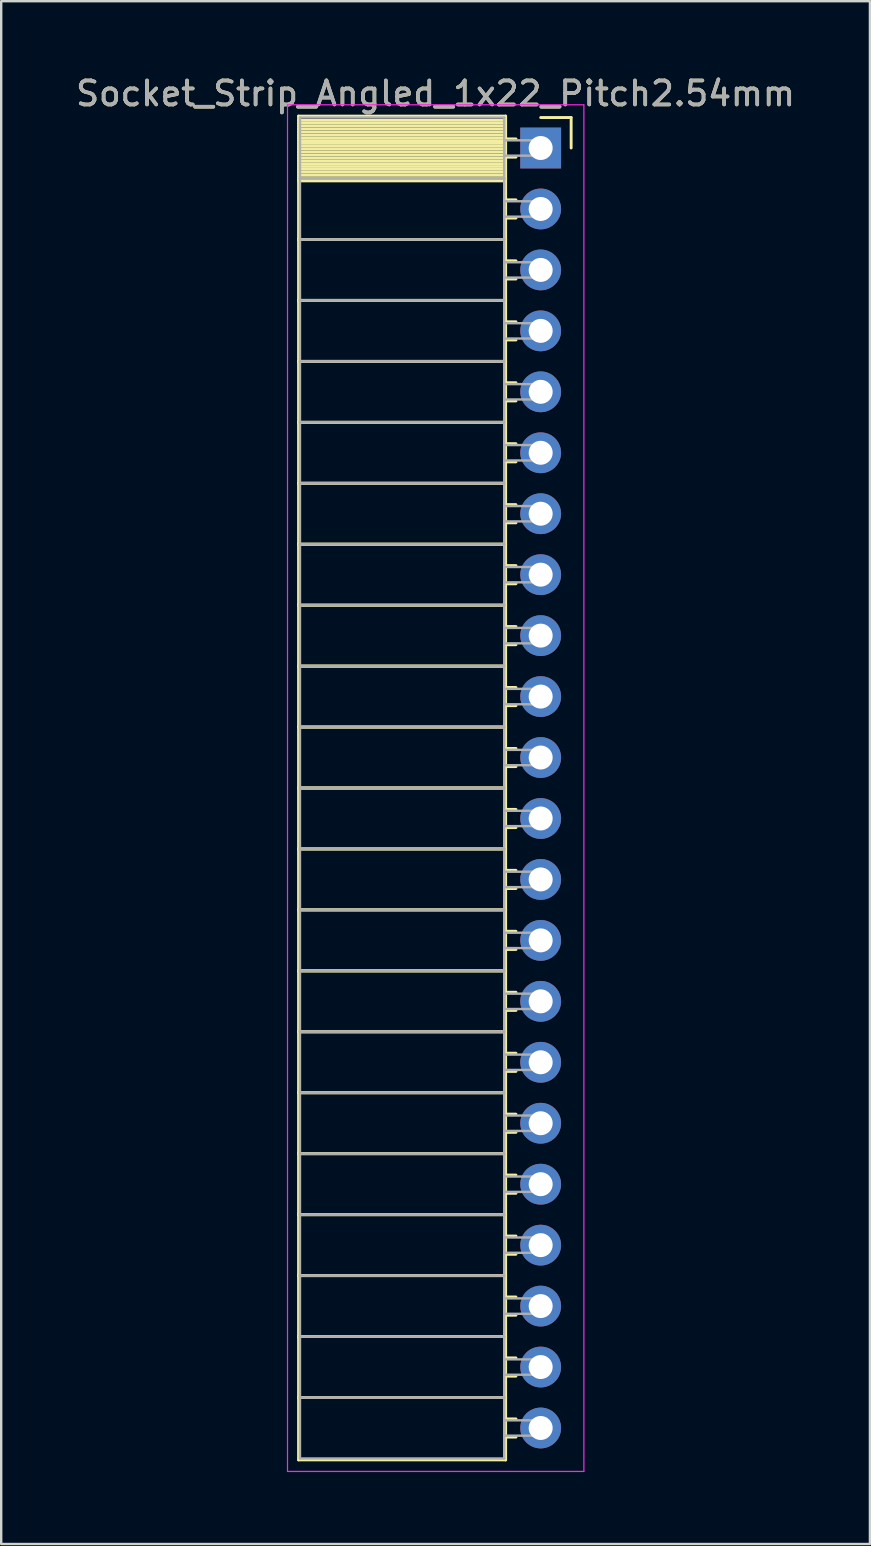
<source format=kicad_pcb>
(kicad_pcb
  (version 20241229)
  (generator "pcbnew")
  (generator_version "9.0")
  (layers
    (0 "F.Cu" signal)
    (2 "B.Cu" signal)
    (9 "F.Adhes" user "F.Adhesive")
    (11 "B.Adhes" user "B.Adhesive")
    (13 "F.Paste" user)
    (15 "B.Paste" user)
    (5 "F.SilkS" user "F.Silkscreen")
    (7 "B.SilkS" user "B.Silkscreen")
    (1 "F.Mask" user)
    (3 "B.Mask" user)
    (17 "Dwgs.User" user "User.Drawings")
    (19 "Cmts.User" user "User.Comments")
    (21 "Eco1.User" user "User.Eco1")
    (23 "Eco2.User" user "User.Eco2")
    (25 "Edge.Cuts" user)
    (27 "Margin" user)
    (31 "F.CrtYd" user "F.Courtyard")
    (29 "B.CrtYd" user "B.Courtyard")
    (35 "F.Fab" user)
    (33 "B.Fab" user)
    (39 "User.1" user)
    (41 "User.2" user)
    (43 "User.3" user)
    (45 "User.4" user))
  (footprint "Socket_Strip_Angled_1x22_Pitch2.54mm"
    (layer "F.Cu")
    (at 19.481 3.118)
    (property "Reference" "Socket_Strip_Angled_1x22_Pitch2.54mm" (at -4.38 -2.27 0) (layer "F.SilkS") (effects (font (size 1 1) (thickness 0.15))))
    (attr through_hole)
    (fp_line (start -10.09 -1.33) (end -1.46 -1.33) (stroke (width 0.12) (type solid)) (layer "F.SilkS"))
    (fp_line (start -10.09 1.27) (end -10.09 -1.33) (stroke (width 0.12) (type solid)) (layer "F.SilkS"))
    (fp_line (start -10.09 1.27) (end -1.46 1.27) (stroke (width 0.12) (type solid)) (layer "F.SilkS"))
    (fp_line (start -10.09 3.81) (end -10.09 1.27) (stroke (width 0.12) (type solid)) (layer "F.SilkS"))
    (fp_line (start -10.09 3.81) (end -1.46 3.81) (stroke (width 0.12) (type solid)) (layer "F.SilkS"))
    (fp_line (start -10.09 6.35) (end -10.09 3.81) (stroke (width 0.12) (type solid)) (layer "F.SilkS"))
    (fp_line (start -10.09 6.35) (end -1.46 6.35) (stroke (width 0.12) (type solid)) (layer "F.SilkS"))
    (fp_line (start -10.09 8.89) (end -10.09 6.35) (stroke (width 0.12) (type solid)) (layer "F.SilkS"))
    (fp_line (start -10.09 8.89) (end -1.46 8.89) (stroke (width 0.12) (type solid)) (layer "F.SilkS"))
    (fp_line (start -10.09 11.43) (end -10.09 8.89) (stroke (width 0.12) (type solid)) (layer "F.SilkS"))
    (fp_line (start -10.09 11.43) (end -1.46 11.43) (stroke (width 0.12) (type solid)) (layer "F.SilkS"))
    (fp_line (start -10.09 13.97) (end -10.09 11.43) (stroke (width 0.12) (type solid)) (layer "F.SilkS"))
    (fp_line (start -10.09 13.97) (end -1.46 13.97) (stroke (width 0.12) (type solid)) (layer "F.SilkS"))
    (fp_line (start -10.09 16.51) (end -10.09 13.97) (stroke (width 0.12) (type solid)) (layer "F.SilkS"))
    (fp_line (start -10.09 16.51) (end -1.46 16.51) (stroke (width 0.12) (type solid)) (layer "F.SilkS"))
    (fp_line (start -10.09 19.05) (end -10.09 16.51) (stroke (width 0.12) (type solid)) (layer "F.SilkS"))
    (fp_line (start -10.09 19.05) (end -1.46 19.05) (stroke (width 0.12) (type solid)) (layer "F.SilkS"))
    (fp_line (start -10.09 21.59) (end -10.09 19.05) (stroke (width 0.12) (type solid)) (layer "F.SilkS"))
    (fp_line (start -10.09 21.59) (end -1.46 21.59) (stroke (width 0.12) (type solid)) (layer "F.SilkS"))
    (fp_line (start -10.09 24.13) (end -10.09 21.59) (stroke (width 0.12) (type solid)) (layer "F.SilkS"))
    (fp_line (start -10.09 24.13) (end -1.46 24.13) (stroke (width 0.12) (type solid)) (layer "F.SilkS"))
    (fp_line (start -10.09 26.67) (end -10.09 24.13) (stroke (width 0.12) (type solid)) (layer "F.SilkS"))
    (fp_line (start -10.09 26.67) (end -1.46 26.67) (stroke (width 0.12) (type solid)) (layer "F.SilkS"))
    (fp_line (start -10.09 29.21) (end -10.09 26.67) (stroke (width 0.12) (type solid)) (layer "F.SilkS"))
    (fp_line (start -10.09 29.21) (end -1.46 29.21) (stroke (width 0.12) (type solid)) (layer "F.SilkS"))
    (fp_line (start -10.09 31.75) (end -10.09 29.21) (stroke (width 0.12) (type solid)) (layer "F.SilkS"))
    (fp_line (start -10.09 31.75) (end -1.46 31.75) (stroke (width 0.12) (type solid)) (layer "F.SilkS"))
    (fp_line (start -10.09 34.29) (end -10.09 31.75) (stroke (width 0.12) (type solid)) (layer "F.SilkS"))
    (fp_line (start -10.09 34.29) (end -1.46 34.29) (stroke (width 0.12) (type solid)) (layer "F.SilkS"))
    (fp_line (start -10.09 36.83) (end -10.09 34.29) (stroke (width 0.12) (type solid)) (layer "F.SilkS"))
    (fp_line (start -10.09 36.83) (end -1.46 36.83) (stroke (width 0.12) (type solid)) (layer "F.SilkS"))
    (fp_line (start -10.09 39.37) (end -10.09 36.83) (stroke (width 0.12) (type solid)) (layer "F.SilkS"))
    (fp_line (start -10.09 39.37) (end -1.46 39.37) (stroke (width 0.12) (type solid)) (layer "F.SilkS"))
    (fp_line (start -10.09 41.91) (end -10.09 39.37) (stroke (width 0.12) (type solid)) (layer "F.SilkS"))
    (fp_line (start -10.09 41.91) (end -1.46 41.91) (stroke (width 0.12) (type solid)) (layer "F.SilkS"))
    (fp_line (start -10.09 44.45) (end -10.09 41.91) (stroke (width 0.12) (type solid)) (layer "F.SilkS"))
    (fp_line (start -10.09 44.45) (end -1.46 44.45) (stroke (width 0.12) (type solid)) (layer "F.SilkS"))
    (fp_line (start -10.09 46.99) (end -10.09 44.45) (stroke (width 0.12) (type solid)) (layer "F.SilkS"))
    (fp_line (start -10.09 46.99) (end -1.46 46.99) (stroke (width 0.12) (type solid)) (layer "F.SilkS"))
    (fp_line (start -10.09 49.53) (end -10.09 46.99) (stroke (width 0.12) (type solid)) (layer "F.SilkS"))
    (fp_line (start -10.09 49.53) (end -1.46 49.53) (stroke (width 0.12) (type solid)) (layer "F.SilkS"))
    (fp_line (start -10.09 52.07) (end -10.09 49.53) (stroke (width 0.12) (type solid)) (layer "F.SilkS"))
    (fp_line (start -10.09 52.07) (end -1.46 52.07) (stroke (width 0.12) (type solid)) (layer "F.SilkS"))
    (fp_line (start -10.09 54.67) (end -10.09 52.07) (stroke (width 0.12) (type solid)) (layer "F.SilkS"))
    (fp_line (start -1.46 -1.33) (end -1.46 1.27) (stroke (width 0.12) (type solid)) (layer "F.SilkS"))
    (fp_line (start -1.46 -1.15) (end -10.09 -1.15) (stroke (width 0.12) (type solid)) (layer "F.SilkS"))
    (fp_line (start -1.46 -1.03) (end -10.09 -1.03) (stroke (width 0.12) (type solid)) (layer "F.SilkS"))
    (fp_line (start -1.46 -0.91) (end -10.09 -0.91) (stroke (width 0.12) (type solid)) (layer "F.SilkS"))
    (fp_line (start -1.46 -0.79) (end -10.09 -0.79) (stroke (width 0.12) (type solid)) (layer "F.SilkS"))
    (fp_line (start -1.46 -0.67) (end -10.09 -0.67) (stroke (width 0.12) (type solid)) (layer "F.SilkS"))
    (fp_line (start -1.46 -0.55) (end -10.09 -0.55) (stroke (width 0.12) (type solid)) (layer "F.SilkS"))
    (fp_line (start -1.46 -0.43) (end -10.09 -0.43) (stroke (width 0.12) (type solid)) (layer "F.SilkS"))
    (fp_line (start -1.46 -0.31) (end -10.09 -0.31) (stroke (width 0.12) (type solid)) (layer "F.SilkS"))
    (fp_line (start -1.46 -0.19) (end -10.09 -0.19) (stroke (width 0.12) (type solid)) (layer "F.SilkS"))
    (fp_line (start -1.46 -0.07) (end -10.09 -0.07) (stroke (width 0.12) (type solid)) (layer "F.SilkS"))
    (fp_line (start -1.46 0.05) (end -10.09 0.05) (stroke (width 0.12) (type solid)) (layer "F.SilkS"))
    (fp_line (start -1.46 0.17) (end -10.09 0.17) (stroke (width 0.12) (type solid)) (layer "F.SilkS"))
    (fp_line (start -1.46 0.29) (end -10.09 0.29) (stroke (width 0.12) (type solid)) (layer "F.SilkS"))
    (fp_line (start -1.46 0.41) (end -10.09 0.41) (stroke (width 0.12) (type solid)) (layer "F.SilkS"))
    (fp_line (start -1.46 0.53) (end -10.09 0.53) (stroke (width 0.12) (type solid)) (layer "F.SilkS"))
    (fp_line (start -1.46 0.65) (end -10.09 0.65) (stroke (width 0.12) (type solid)) (layer "F.SilkS"))
    (fp_line (start -1.46 0.77) (end -10.09 0.77) (stroke (width 0.12) (type solid)) (layer "F.SilkS"))
    (fp_line (start -1.46 0.89) (end -10.09 0.89) (stroke (width 0.12) (type solid)) (layer "F.SilkS"))
    (fp_line (start -1.46 1.01) (end -10.09 1.01) (stroke (width 0.12) (type solid)) (layer "F.SilkS"))
    (fp_line (start -1.46 1.13) (end -10.09 1.13) (stroke (width 0.12) (type solid)) (layer "F.SilkS"))
    (fp_line (start -1.46 1.25) (end -10.09 1.25) (stroke (width 0.12) (type solid)) (layer "F.SilkS"))
    (fp_line (start -1.46 1.27) (end -10.09 1.27) (stroke (width 0.12) (type solid)) (layer "F.SilkS"))
    (fp_line (start -1.46 1.27) (end -1.46 3.81) (stroke (width 0.12) (type solid)) (layer "F.SilkS"))
    (fp_line (start -1.46 1.37) (end -10.09 1.37) (stroke (width 0.12) (type solid)) (layer "F.SilkS"))
    (fp_line (start -1.46 3.81) (end -10.09 3.81) (stroke (width 0.12) (type solid)) (layer "F.SilkS"))
    (fp_line (start -1.46 3.81) (end -1.46 6.35) (stroke (width 0.12) (type solid)) (layer "F.SilkS"))
    (fp_line (start -1.46 6.35) (end -10.09 6.35) (stroke (width 0.12) (type solid)) (layer "F.SilkS"))
    (fp_line (start -1.46 6.35) (end -1.46 8.89) (stroke (width 0.12) (type solid)) (layer "F.SilkS"))
    (fp_line (start -1.46 8.89) (end -10.09 8.89) (stroke (width 0.12) (type solid)) (layer "F.SilkS"))
    (fp_line (start -1.46 8.89) (end -1.46 11.43) (stroke (width 0.12) (type solid)) (layer "F.SilkS"))
    (fp_line (start -1.46 11.43) (end -10.09 11.43) (stroke (width 0.12) (type solid)) (layer "F.SilkS"))
    (fp_line (start -1.46 11.43) (end -1.46 13.97) (stroke (width 0.12) (type solid)) (layer "F.SilkS"))
    (fp_line (start -1.46 13.97) (end -10.09 13.97) (stroke (width 0.12) (type solid)) (layer "F.SilkS"))
    (fp_line (start -1.46 13.97) (end -1.46 16.51) (stroke (width 0.12) (type solid)) (layer "F.SilkS"))
    (fp_line (start -1.46 16.51) (end -10.09 16.51) (stroke (width 0.12) (type solid)) (layer "F.SilkS"))
    (fp_line (start -1.46 16.51) (end -1.46 19.05) (stroke (width 0.12) (type solid)) (layer "F.SilkS"))
    (fp_line (start -1.46 19.05) (end -10.09 19.05) (stroke (width 0.12) (type solid)) (layer "F.SilkS"))
    (fp_line (start -1.46 19.05) (end -1.46 21.59) (stroke (width 0.12) (type solid)) (layer "F.SilkS"))
    (fp_line (start -1.46 21.59) (end -10.09 21.59) (stroke (width 0.12) (type solid)) (layer "F.SilkS"))
    (fp_line (start -1.46 21.59) (end -1.46 24.13) (stroke (width 0.12) (type solid)) (layer "F.SilkS"))
    (fp_line (start -1.46 24.13) (end -10.09 24.13) (stroke (width 0.12) (type solid)) (layer "F.SilkS"))
    (fp_line (start -1.46 24.13) (end -1.46 26.67) (stroke (width 0.12) (type solid)) (layer "F.SilkS"))
    (fp_line (start -1.46 26.67) (end -10.09 26.67) (stroke (width 0.12) (type solid)) (layer "F.SilkS"))
    (fp_line (start -1.46 26.67) (end -1.46 29.21) (stroke (width 0.12) (type solid)) (layer "F.SilkS"))
    (fp_line (start -1.46 29.21) (end -10.09 29.21) (stroke (width 0.12) (type solid)) (layer "F.SilkS"))
    (fp_line (start -1.46 29.21) (end -1.46 31.75) (stroke (width 0.12) (type solid)) (layer "F.SilkS"))
    (fp_line (start -1.46 31.75) (end -10.09 31.75) (stroke (width 0.12) (type solid)) (layer "F.SilkS"))
    (fp_line (start -1.46 31.75) (end -1.46 34.29) (stroke (width 0.12) (type solid)) (layer "F.SilkS"))
    (fp_line (start -1.46 34.29) (end -10.09 34.29) (stroke (width 0.12) (type solid)) (layer "F.SilkS"))
    (fp_line (start -1.46 34.29) (end -1.46 36.83) (stroke (width 0.12) (type solid)) (layer "F.SilkS"))
    (fp_line (start -1.46 36.83) (end -10.09 36.83) (stroke (width 0.12) (type solid)) (layer "F.SilkS"))
    (fp_line (start -1.46 36.83) (end -1.46 39.37) (stroke (width 0.12) (type solid)) (layer "F.SilkS"))
    (fp_line (start -1.46 39.37) (end -10.09 39.37) (stroke (width 0.12) (type solid)) (layer "F.SilkS"))
    (fp_line (start -1.46 39.37) (end -1.46 41.91) (stroke (width 0.12) (type solid)) (layer "F.SilkS"))
    (fp_line (start -1.46 41.91) (end -10.09 41.91) (stroke (width 0.12) (type solid)) (layer "F.SilkS"))
    (fp_line (start -1.46 41.91) (end -1.46 44.45) (stroke (width 0.12) (type solid)) (layer "F.SilkS"))
    (fp_line (start -1.46 44.45) (end -10.09 44.45) (stroke (width 0.12) (type solid)) (layer "F.SilkS"))
    (fp_line (start -1.46 44.45) (end -1.46 46.99) (stroke (width 0.12) (type solid)) (layer "F.SilkS"))
    (fp_line (start -1.46 46.99) (end -10.09 46.99) (stroke (width 0.12) (type solid)) (layer "F.SilkS"))
    (fp_line (start -1.46 46.99) (end -1.46 49.53) (stroke (width 0.12) (type solid)) (layer "F.SilkS"))
    (fp_line (start -1.46 49.53) (end -10.09 49.53) (stroke (width 0.12) (type solid)) (layer "F.SilkS"))
    (fp_line (start -1.46 49.53) (end -1.46 52.07) (stroke (width 0.12) (type solid)) (layer "F.SilkS"))
    (fp_line (start -1.46 52.07) (end -10.09 52.07) (stroke (width 0.12) (type solid)) (layer "F.SilkS"))
    (fp_line (start -1.46 52.07) (end -1.46 54.67) (stroke (width 0.12) (type solid)) (layer "F.SilkS"))
    (fp_line (start -1.46 54.67) (end -10.09 54.67) (stroke (width 0.12) (type solid)) (layer "F.SilkS"))
    (fp_line (start -1.03 -0.38) (end -1.46 -0.38) (stroke (width 0.12) (type solid)) (layer "F.SilkS"))
    (fp_line (start -1.03 0.38) (end -1.46 0.38) (stroke (width 0.12) (type solid)) (layer "F.SilkS"))
    (fp_line (start -1.03 2.16) (end -1.46 2.16) (stroke (width 0.12) (type solid)) (layer "F.SilkS"))
    (fp_line (start -1.03 2.92) (end -1.46 2.92) (stroke (width 0.12) (type solid)) (layer "F.SilkS"))
    (fp_line (start -1.03 4.7) (end -1.46 4.7) (stroke (width 0.12) (type solid)) (layer "F.SilkS"))
    (fp_line (start -1.03 5.46) (end -1.46 5.46) (stroke (width 0.12) (type solid)) (layer "F.SilkS"))
    (fp_line (start -1.03 7.24) (end -1.46 7.24) (stroke (width 0.12) (type solid)) (layer "F.SilkS"))
    (fp_line (start -1.03 8) (end -1.46 8) (stroke (width 0.12) (type solid)) (layer "F.SilkS"))
    (fp_line (start -1.03 9.78) (end -1.46 9.78) (stroke (width 0.12) (type solid)) (layer "F.SilkS"))
    (fp_line (start -1.03 10.54) (end -1.46 10.54) (stroke (width 0.12) (type solid)) (layer "F.SilkS"))
    (fp_line (start -1.03 12.32) (end -1.46 12.32) (stroke (width 0.12) (type solid)) (layer "F.SilkS"))
    (fp_line (start -1.03 13.08) (end -1.46 13.08) (stroke (width 0.12) (type solid)) (layer "F.SilkS"))
    (fp_line (start -1.03 14.86) (end -1.46 14.86) (stroke (width 0.12) (type solid)) (layer "F.SilkS"))
    (fp_line (start -1.03 15.62) (end -1.46 15.62) (stroke (width 0.12) (type solid)) (layer "F.SilkS"))
    (fp_line (start -1.03 17.4) (end -1.46 17.4) (stroke (width 0.12) (type solid)) (layer "F.SilkS"))
    (fp_line (start -1.03 18.16) (end -1.46 18.16) (stroke (width 0.12) (type solid)) (layer "F.SilkS"))
    (fp_line (start -1.03 19.94) (end -1.46 19.94) (stroke (width 0.12) (type solid)) (layer "F.SilkS"))
    (fp_line (start -1.03 20.7) (end -1.46 20.7) (stroke (width 0.12) (type solid)) (layer "F.SilkS"))
    (fp_line (start -1.03 22.48) (end -1.46 22.48) (stroke (width 0.12) (type solid)) (layer "F.SilkS"))
    (fp_line (start -1.03 23.24) (end -1.46 23.24) (stroke (width 0.12) (type solid)) (layer "F.SilkS"))
    (fp_line (start -1.03 25.02) (end -1.46 25.02) (stroke (width 0.12) (type solid)) (layer "F.SilkS"))
    (fp_line (start -1.03 25.78) (end -1.46 25.78) (stroke (width 0.12) (type solid)) (layer "F.SilkS"))
    (fp_line (start -1.03 27.56) (end -1.46 27.56) (stroke (width 0.12) (type solid)) (layer "F.SilkS"))
    (fp_line (start -1.03 28.32) (end -1.46 28.32) (stroke (width 0.12) (type solid)) (layer "F.SilkS"))
    (fp_line (start -1.03 30.1) (end -1.46 30.1) (stroke (width 0.12) (type solid)) (layer "F.SilkS"))
    (fp_line (start -1.03 30.86) (end -1.46 30.86) (stroke (width 0.12) (type solid)) (layer "F.SilkS"))
    (fp_line (start -1.03 32.64) (end -1.46 32.64) (stroke (width 0.12) (type solid)) (layer "F.SilkS"))
    (fp_line (start -1.03 33.4) (end -1.46 33.4) (stroke (width 0.12) (type solid)) (layer "F.SilkS"))
    (fp_line (start -1.03 35.18) (end -1.46 35.18) (stroke (width 0.12) (type solid)) (layer "F.SilkS"))
    (fp_line (start -1.03 35.94) (end -1.46 35.94) (stroke (width 0.12) (type solid)) (layer "F.SilkS"))
    (fp_line (start -1.03 37.72) (end -1.46 37.72) (stroke (width 0.12) (type solid)) (layer "F.SilkS"))
    (fp_line (start -1.03 38.48) (end -1.46 38.48) (stroke (width 0.12) (type solid)) (layer "F.SilkS"))
    (fp_line (start -1.03 40.26) (end -1.46 40.26) (stroke (width 0.12) (type solid)) (layer "F.SilkS"))
    (fp_line (start -1.03 41.02) (end -1.46 41.02) (stroke (width 0.12) (type solid)) (layer "F.SilkS"))
    (fp_line (start -1.03 42.8) (end -1.46 42.8) (stroke (width 0.12) (type solid)) (layer "F.SilkS"))
    (fp_line (start -1.03 43.56) (end -1.46 43.56) (stroke (width 0.12) (type solid)) (layer "F.SilkS"))
    (fp_line (start -1.03 45.34) (end -1.46 45.34) (stroke (width 0.12) (type solid)) (layer "F.SilkS"))
    (fp_line (start -1.03 46.1) (end -1.46 46.1) (stroke (width 0.12) (type solid)) (layer "F.SilkS"))
    (fp_line (start -1.03 47.88) (end -1.46 47.88) (stroke (width 0.12) (type solid)) (layer "F.SilkS"))
    (fp_line (start -1.03 48.64) (end -1.46 48.64) (stroke (width 0.12) (type solid)) (layer "F.SilkS"))
    (fp_line (start -1.03 50.42) (end -1.46 50.42) (stroke (width 0.12) (type solid)) (layer "F.SilkS"))
    (fp_line (start -1.03 51.18) (end -1.46 51.18) (stroke (width 0.12) (type solid)) (layer "F.SilkS"))
    (fp_line (start -1.03 52.96) (end -1.46 52.96) (stroke (width 0.12) (type solid)) (layer "F.SilkS"))
    (fp_line (start -1.03 53.72) (end -1.46 53.72) (stroke (width 0.12) (type solid)) (layer "F.SilkS"))
    (fp_line (start 0 -1.27) (end 1.27 -1.27) (stroke (width 0.12) (type solid)) (layer "F.SilkS"))
    (fp_line (start 1.27 -1.27) (end 1.27 0) (stroke (width 0.12) (type solid)) (layer "F.SilkS"))
    (fp_line (start -10.55 -1.8) (end 1.8 -1.8) (stroke (width 0.05) (type solid)) (layer "F.CrtYd"))
    (fp_line (start -10.55 55.15) (end -10.55 -1.8) (stroke (width 0.05) (type solid)) (layer "F.CrtYd"))
    (fp_line (start 1.8 -1.8) (end 1.8 55.15) (stroke (width 0.05) (type solid)) (layer "F.CrtYd"))
    (fp_line (start 1.8 55.15) (end -10.55 55.15) (stroke (width 0.05) (type solid)) (layer "F.CrtYd"))
    (fp_line (start -10.03 -1.27) (end -1.52 -1.27) (stroke (width 0.1) (type solid)) (layer "F.Fab"))
    (fp_line (start -10.03 1.27) (end -10.03 -1.27) (stroke (width 0.1) (type solid)) (layer "F.Fab"))
    (fp_line (start -10.03 1.27) (end -1.52 1.27) (stroke (width 0.1) (type solid)) (layer "F.Fab"))
    (fp_line (start -10.03 3.81) (end -10.03 1.27) (stroke (width 0.1) (type solid)) (layer "F.Fab"))
    (fp_line (start -10.03 3.81) (end -1.52 3.81) (stroke (width 0.1) (type solid)) (layer "F.Fab"))
    (fp_line (start -10.03 6.35) (end -10.03 3.81) (stroke (width 0.1) (type solid)) (layer "F.Fab"))
    (fp_line (start -10.03 6.35) (end -1.52 6.35) (stroke (width 0.1) (type solid)) (layer "F.Fab"))
    (fp_line (start -10.03 8.89) (end -10.03 6.35) (stroke (width 0.1) (type solid)) (layer "F.Fab"))
    (fp_line (start -10.03 8.89) (end -1.52 8.89) (stroke (width 0.1) (type solid)) (layer "F.Fab"))
    (fp_line (start -10.03 11.43) (end -10.03 8.89) (stroke (width 0.1) (type solid)) (layer "F.Fab"))
    (fp_line (start -10.03 11.43) (end -1.52 11.43) (stroke (width 0.1) (type solid)) (layer "F.Fab"))
    (fp_line (start -10.03 13.97) (end -10.03 11.43) (stroke (width 0.1) (type solid)) (layer "F.Fab"))
    (fp_line (start -10.03 13.97) (end -1.52 13.97) (stroke (width 0.1) (type solid)) (layer "F.Fab"))
    (fp_line (start -10.03 16.51) (end -10.03 13.97) (stroke (width 0.1) (type solid)) (layer "F.Fab"))
    (fp_line (start -10.03 16.51) (end -1.52 16.51) (stroke (width 0.1) (type solid)) (layer "F.Fab"))
    (fp_line (start -10.03 19.05) (end -10.03 16.51) (stroke (width 0.1) (type solid)) (layer "F.Fab"))
    (fp_line (start -10.03 19.05) (end -1.52 19.05) (stroke (width 0.1) (type solid)) (layer "F.Fab"))
    (fp_line (start -10.03 21.59) (end -10.03 19.05) (stroke (width 0.1) (type solid)) (layer "F.Fab"))
    (fp_line (start -10.03 21.59) (end -1.52 21.59) (stroke (width 0.1) (type solid)) (layer "F.Fab"))
    (fp_line (start -10.03 24.13) (end -10.03 21.59) (stroke (width 0.1) (type solid)) (layer "F.Fab"))
    (fp_line (start -10.03 24.13) (end -1.52 24.13) (stroke (width 0.1) (type solid)) (layer "F.Fab"))
    (fp_line (start -10.03 26.67) (end -10.03 24.13) (stroke (width 0.1) (type solid)) (layer "F.Fab"))
    (fp_line (start -10.03 26.67) (end -1.52 26.67) (stroke (width 0.1) (type solid)) (layer "F.Fab"))
    (fp_line (start -10.03 29.21) (end -10.03 26.67) (stroke (width 0.1) (type solid)) (layer "F.Fab"))
    (fp_line (start -10.03 29.21) (end -1.52 29.21) (stroke (width 0.1) (type solid)) (layer "F.Fab"))
    (fp_line (start -10.03 31.75) (end -10.03 29.21) (stroke (width 0.1) (type solid)) (layer "F.Fab"))
    (fp_line (start -10.03 31.75) (end -1.52 31.75) (stroke (width 0.1) (type solid)) (layer "F.Fab"))
    (fp_line (start -10.03 34.29) (end -10.03 31.75) (stroke (width 0.1) (type solid)) (layer "F.Fab"))
    (fp_line (start -10.03 34.29) (end -1.52 34.29) (stroke (width 0.1) (type solid)) (layer "F.Fab"))
    (fp_line (start -10.03 36.83) (end -10.03 34.29) (stroke (width 0.1) (type solid)) (layer "F.Fab"))
    (fp_line (start -10.03 36.83) (end -1.52 36.83) (stroke (width 0.1) (type solid)) (layer "F.Fab"))
    (fp_line (start -10.03 39.37) (end -10.03 36.83) (stroke (width 0.1) (type solid)) (layer "F.Fab"))
    (fp_line (start -10.03 39.37) (end -1.52 39.37) (stroke (width 0.1) (type solid)) (layer "F.Fab"))
    (fp_line (start -10.03 41.91) (end -10.03 39.37) (stroke (width 0.1) (type solid)) (layer "F.Fab"))
    (fp_line (start -10.03 41.91) (end -1.52 41.91) (stroke (width 0.1) (type solid)) (layer "F.Fab"))
    (fp_line (start -10.03 44.45) (end -10.03 41.91) (stroke (width 0.1) (type solid)) (layer "F.Fab"))
    (fp_line (start -10.03 44.45) (end -1.52 44.45) (stroke (width 0.1) (type solid)) (layer "F.Fab"))
    (fp_line (start -10.03 46.99) (end -10.03 44.45) (stroke (width 0.1) (type solid)) (layer "F.Fab"))
    (fp_line (start -10.03 46.99) (end -1.52 46.99) (stroke (width 0.1) (type solid)) (layer "F.Fab"))
    (fp_line (start -10.03 49.53) (end -10.03 46.99) (stroke (width 0.1) (type solid)) (layer "F.Fab"))
    (fp_line (start -10.03 49.53) (end -1.52 49.53) (stroke (width 0.1) (type solid)) (layer "F.Fab"))
    (fp_line (start -10.03 52.07) (end -10.03 49.53) (stroke (width 0.1) (type solid)) (layer "F.Fab"))
    (fp_line (start -10.03 52.07) (end -1.52 52.07) (stroke (width 0.1) (type solid)) (layer "F.Fab"))
    (fp_line (start -10.03 54.61) (end -10.03 52.07) (stroke (width 0.1) (type solid)) (layer "F.Fab"))
    (fp_line (start -1.52 -1.27) (end -1.52 1.27) (stroke (width 0.1) (type solid)) (layer "F.Fab"))
    (fp_line (start -1.52 -0.32) (end 0 -0.32) (stroke (width 0.1) (type solid)) (layer "F.Fab"))
    (fp_line (start -1.52 0.32) (end -1.52 -0.32) (stroke (width 0.1) (type solid)) (layer "F.Fab"))
    (fp_line (start -1.52 1.27) (end -10.03 1.27) (stroke (width 0.1) (type solid)) (layer "F.Fab"))
    (fp_line (start -1.52 1.27) (end -1.52 3.81) (stroke (width 0.1) (type solid)) (layer "F.Fab"))
    (fp_line (start -1.52 2.22) (end 0 2.22) (stroke (width 0.1) (type solid)) (layer "F.Fab"))
    (fp_line (start -1.52 2.86) (end -1.52 2.22) (stroke (width 0.1) (type solid)) (layer "F.Fab"))
    (fp_line (start -1.52 3.81) (end -10.03 3.81) (stroke (width 0.1) (type solid)) (layer "F.Fab"))
    (fp_line (start -1.52 3.81) (end -1.52 6.35) (stroke (width 0.1) (type solid)) (layer "F.Fab"))
    (fp_line (start -1.52 4.76) (end 0 4.76) (stroke (width 0.1) (type solid)) (layer "F.Fab"))
    (fp_line (start -1.52 5.4) (end -1.52 4.76) (stroke (width 0.1) (type solid)) (layer "F.Fab"))
    (fp_line (start -1.52 6.35) (end -10.03 6.35) (stroke (width 0.1) (type solid)) (layer "F.Fab"))
    (fp_line (start -1.52 6.35) (end -1.52 8.89) (stroke (width 0.1) (type solid)) (layer "F.Fab"))
    (fp_line (start -1.52 7.3) (end 0 7.3) (stroke (width 0.1) (type solid)) (layer "F.Fab"))
    (fp_line (start -1.52 7.94) (end -1.52 7.3) (stroke (width 0.1) (type solid)) (layer "F.Fab"))
    (fp_line (start -1.52 8.89) (end -10.03 8.89) (stroke (width 0.1) (type solid)) (layer "F.Fab"))
    (fp_line (start -1.52 8.89) (end -1.52 11.43) (stroke (width 0.1) (type solid)) (layer "F.Fab"))
    (fp_line (start -1.52 9.84) (end 0 9.84) (stroke (width 0.1) (type solid)) (layer "F.Fab"))
    (fp_line (start -1.52 10.48) (end -1.52 9.84) (stroke (width 0.1) (type solid)) (layer "F.Fab"))
    (fp_line (start -1.52 11.43) (end -10.03 11.43) (stroke (width 0.1) (type solid)) (layer "F.Fab"))
    (fp_line (start -1.52 11.43) (end -1.52 13.97) (stroke (width 0.1) (type solid)) (layer "F.Fab"))
    (fp_line (start -1.52 12.38) (end 0 12.38) (stroke (width 0.1) (type solid)) (layer "F.Fab"))
    (fp_line (start -1.52 13.02) (end -1.52 12.38) (stroke (width 0.1) (type solid)) (layer "F.Fab"))
    (fp_line (start -1.52 13.97) (end -10.03 13.97) (stroke (width 0.1) (type solid)) (layer "F.Fab"))
    (fp_line (start -1.52 13.97) (end -1.52 16.51) (stroke (width 0.1) (type solid)) (layer "F.Fab"))
    (fp_line (start -1.52 14.92) (end 0 14.92) (stroke (width 0.1) (type solid)) (layer "F.Fab"))
    (fp_line (start -1.52 15.56) (end -1.52 14.92) (stroke (width 0.1) (type solid)) (layer "F.Fab"))
    (fp_line (start -1.52 16.51) (end -10.03 16.51) (stroke (width 0.1) (type solid)) (layer "F.Fab"))
    (fp_line (start -1.52 16.51) (end -1.52 19.05) (stroke (width 0.1) (type solid)) (layer "F.Fab"))
    (fp_line (start -1.52 17.46) (end 0 17.46) (stroke (width 0.1) (type solid)) (layer "F.Fab"))
    (fp_line (start -1.52 18.1) (end -1.52 17.46) (stroke (width 0.1) (type solid)) (layer "F.Fab"))
    (fp_line (start -1.52 19.05) (end -10.03 19.05) (stroke (width 0.1) (type solid)) (layer "F.Fab"))
    (fp_line (start -1.52 19.05) (end -1.52 21.59) (stroke (width 0.1) (type solid)) (layer "F.Fab"))
    (fp_line (start -1.52 20) (end 0 20) (stroke (width 0.1) (type solid)) (layer "F.Fab"))
    (fp_line (start -1.52 20.64) (end -1.52 20) (stroke (width 0.1) (type solid)) (layer "F.Fab"))
    (fp_line (start -1.52 21.59) (end -10.03 21.59) (stroke (width 0.1) (type solid)) (layer "F.Fab"))
    (fp_line (start -1.52 21.59) (end -1.52 24.13) (stroke (width 0.1) (type solid)) (layer "F.Fab"))
    (fp_line (start -1.52 22.54) (end 0 22.54) (stroke (width 0.1) (type solid)) (layer "F.Fab"))
    (fp_line (start -1.52 23.18) (end -1.52 22.54) (stroke (width 0.1) (type solid)) (layer "F.Fab"))
    (fp_line (start -1.52 24.13) (end -10.03 24.13) (stroke (width 0.1) (type solid)) (layer "F.Fab"))
    (fp_line (start -1.52 24.13) (end -1.52 26.67) (stroke (width 0.1) (type solid)) (layer "F.Fab"))
    (fp_line (start -1.52 25.08) (end 0 25.08) (stroke (width 0.1) (type solid)) (layer "F.Fab"))
    (fp_line (start -1.52 25.72) (end -1.52 25.08) (stroke (width 0.1) (type solid)) (layer "F.Fab"))
    (fp_line (start -1.52 26.67) (end -10.03 26.67) (stroke (width 0.1) (type solid)) (layer "F.Fab"))
    (fp_line (start -1.52 26.67) (end -1.52 29.21) (stroke (width 0.1) (type solid)) (layer "F.Fab"))
    (fp_line (start -1.52 27.62) (end 0 27.62) (stroke (width 0.1) (type solid)) (layer "F.Fab"))
    (fp_line (start -1.52 28.26) (end -1.52 27.62) (stroke (width 0.1) (type solid)) (layer "F.Fab"))
    (fp_line (start -1.52 29.21) (end -10.03 29.21) (stroke (width 0.1) (type solid)) (layer "F.Fab"))
    (fp_line (start -1.52 29.21) (end -1.52 31.75) (stroke (width 0.1) (type solid)) (layer "F.Fab"))
    (fp_line (start -1.52 30.16) (end 0 30.16) (stroke (width 0.1) (type solid)) (layer "F.Fab"))
    (fp_line (start -1.52 30.8) (end -1.52 30.16) (stroke (width 0.1) (type solid)) (layer "F.Fab"))
    (fp_line (start -1.52 31.75) (end -10.03 31.75) (stroke (width 0.1) (type solid)) (layer "F.Fab"))
    (fp_line (start -1.52 31.75) (end -1.52 34.29) (stroke (width 0.1) (type solid)) (layer "F.Fab"))
    (fp_line (start -1.52 32.7) (end 0 32.7) (stroke (width 0.1) (type solid)) (layer "F.Fab"))
    (fp_line (start -1.52 33.34) (end -1.52 32.7) (stroke (width 0.1) (type solid)) (layer "F.Fab"))
    (fp_line (start -1.52 34.29) (end -10.03 34.29) (stroke (width 0.1) (type solid)) (layer "F.Fab"))
    (fp_line (start -1.52 34.29) (end -1.52 36.83) (stroke (width 0.1) (type solid)) (layer "F.Fab"))
    (fp_line (start -1.52 35.24) (end 0 35.24) (stroke (width 0.1) (type solid)) (layer "F.Fab"))
    (fp_line (start -1.52 35.88) (end -1.52 35.24) (stroke (width 0.1) (type solid)) (layer "F.Fab"))
    (fp_line (start -1.52 36.83) (end -10.03 36.83) (stroke (width 0.1) (type solid)) (layer "F.Fab"))
    (fp_line (start -1.52 36.83) (end -1.52 39.37) (stroke (width 0.1) (type solid)) (layer "F.Fab"))
    (fp_line (start -1.52 37.78) (end 0 37.78) (stroke (width 0.1) (type solid)) (layer "F.Fab"))
    (fp_line (start -1.52 38.42) (end -1.52 37.78) (stroke (width 0.1) (type solid)) (layer "F.Fab"))
    (fp_line (start -1.52 39.37) (end -10.03 39.37) (stroke (width 0.1) (type solid)) (layer "F.Fab"))
    (fp_line (start -1.52 39.37) (end -1.52 41.91) (stroke (width 0.1) (type solid)) (layer "F.Fab"))
    (fp_line (start -1.52 40.32) (end 0 40.32) (stroke (width 0.1) (type solid)) (layer "F.Fab"))
    (fp_line (start -1.52 40.96) (end -1.52 40.32) (stroke (width 0.1) (type solid)) (layer "F.Fab"))
    (fp_line (start -1.52 41.91) (end -10.03 41.91) (stroke (width 0.1) (type solid)) (layer "F.Fab"))
    (fp_line (start -1.52 41.91) (end -1.52 44.45) (stroke (width 0.1) (type solid)) (layer "F.Fab"))
    (fp_line (start -1.52 42.86) (end 0 42.86) (stroke (width 0.1) (type solid)) (layer "F.Fab"))
    (fp_line (start -1.52 43.5) (end -1.52 42.86) (stroke (width 0.1) (type solid)) (layer "F.Fab"))
    (fp_line (start -1.52 44.45) (end -10.03 44.45) (stroke (width 0.1) (type solid)) (layer "F.Fab"))
    (fp_line (start -1.52 44.45) (end -1.52 46.99) (stroke (width 0.1) (type solid)) (layer "F.Fab"))
    (fp_line (start -1.52 45.4) (end 0 45.4) (stroke (width 0.1) (type solid)) (layer "F.Fab"))
    (fp_line (start -1.52 46.04) (end -1.52 45.4) (stroke (width 0.1) (type solid)) (layer "F.Fab"))
    (fp_line (start -1.52 46.99) (end -10.03 46.99) (stroke (width 0.1) (type solid)) (layer "F.Fab"))
    (fp_line (start -1.52 46.99) (end -1.52 49.53) (stroke (width 0.1) (type solid)) (layer "F.Fab"))
    (fp_line (start -1.52 47.94) (end 0 47.94) (stroke (width 0.1) (type solid)) (layer "F.Fab"))
    (fp_line (start -1.52 48.58) (end -1.52 47.94) (stroke (width 0.1) (type solid)) (layer "F.Fab"))
    (fp_line (start -1.52 49.53) (end -10.03 49.53) (stroke (width 0.1) (type solid)) (layer "F.Fab"))
    (fp_line (start -1.52 49.53) (end -1.52 52.07) (stroke (width 0.1) (type solid)) (layer "F.Fab"))
    (fp_line (start -1.52 50.48) (end 0 50.48) (stroke (width 0.1) (type solid)) (layer "F.Fab"))
    (fp_line (start -1.52 51.12) (end -1.52 50.48) (stroke (width 0.1) (type solid)) (layer "F.Fab"))
    (fp_line (start -1.52 52.07) (end -10.03 52.07) (stroke (width 0.1) (type solid)) (layer "F.Fab"))
    (fp_line (start -1.52 52.07) (end -1.52 54.61) (stroke (width 0.1) (type solid)) (layer "F.Fab"))
    (fp_line (start -1.52 53.02) (end 0 53.02) (stroke (width 0.1) (type solid)) (layer "F.Fab"))
    (fp_line (start -1.52 53.66) (end -1.52 53.02) (stroke (width 0.1) (type solid)) (layer "F.Fab"))
    (fp_line (start -1.52 54.61) (end -10.03 54.61) (stroke (width 0.1) (type solid)) (layer "F.Fab"))
    (fp_line (start 0 -0.32) (end 0 0.32) (stroke (width 0.1) (type solid)) (layer "F.Fab"))
    (fp_line (start 0 0.32) (end -1.52 0.32) (stroke (width 0.1) (type solid)) (layer "F.Fab"))
    (fp_line (start 0 2.22) (end 0 2.86) (stroke (width 0.1) (type solid)) (layer "F.Fab"))
    (fp_line (start 0 2.86) (end -1.52 2.86) (stroke (width 0.1) (type solid)) (layer "F.Fab"))
    (fp_line (start 0 4.76) (end 0 5.4) (stroke (width 0.1) (type solid)) (layer "F.Fab"))
    (fp_line (start 0 5.4) (end -1.52 5.4) (stroke (width 0.1) (type solid)) (layer "F.Fab"))
    (fp_line (start 0 7.3) (end 0 7.94) (stroke (width 0.1) (type solid)) (layer "F.Fab"))
    (fp_line (start 0 7.94) (end -1.52 7.94) (stroke (width 0.1) (type solid)) (layer "F.Fab"))
    (fp_line (start 0 9.84) (end 0 10.48) (stroke (width 0.1) (type solid)) (layer "F.Fab"))
    (fp_line (start 0 10.48) (end -1.52 10.48) (stroke (width 0.1) (type solid)) (layer "F.Fab"))
    (fp_line (start 0 12.38) (end 0 13.02) (stroke (width 0.1) (type solid)) (layer "F.Fab"))
    (fp_line (start 0 13.02) (end -1.52 13.02) (stroke (width 0.1) (type solid)) (layer "F.Fab"))
    (fp_line (start 0 14.92) (end 0 15.56) (stroke (width 0.1) (type solid)) (layer "F.Fab"))
    (fp_line (start 0 15.56) (end -1.52 15.56) (stroke (width 0.1) (type solid)) (layer "F.Fab"))
    (fp_line (start 0 17.46) (end 0 18.1) (stroke (width 0.1) (type solid)) (layer "F.Fab"))
    (fp_line (start 0 18.1) (end -1.52 18.1) (stroke (width 0.1) (type solid)) (layer "F.Fab"))
    (fp_line (start 0 20) (end 0 20.64) (stroke (width 0.1) (type solid)) (layer "F.Fab"))
    (fp_line (start 0 20.64) (end -1.52 20.64) (stroke (width 0.1) (type solid)) (layer "F.Fab"))
    (fp_line (start 0 22.54) (end 0 23.18) (stroke (width 0.1) (type solid)) (layer "F.Fab"))
    (fp_line (start 0 23.18) (end -1.52 23.18) (stroke (width 0.1) (type solid)) (layer "F.Fab"))
    (fp_line (start 0 25.08) (end 0 25.72) (stroke (width 0.1) (type solid)) (layer "F.Fab"))
    (fp_line (start 0 25.72) (end -1.52 25.72) (stroke (width 0.1) (type solid)) (layer "F.Fab"))
    (fp_line (start 0 27.62) (end 0 28.26) (stroke (width 0.1) (type solid)) (layer "F.Fab"))
    (fp_line (start 0 28.26) (end -1.52 28.26) (stroke (width 0.1) (type solid)) (layer "F.Fab"))
    (fp_line (start 0 30.16) (end 0 30.8) (stroke (width 0.1) (type solid)) (layer "F.Fab"))
    (fp_line (start 0 30.8) (end -1.52 30.8) (stroke (width 0.1) (type solid)) (layer "F.Fab"))
    (fp_line (start 0 32.7) (end 0 33.34) (stroke (width 0.1) (type solid)) (layer "F.Fab"))
    (fp_line (start 0 33.34) (end -1.52 33.34) (stroke (width 0.1) (type solid)) (layer "F.Fab"))
    (fp_line (start 0 35.24) (end 0 35.88) (stroke (width 0.1) (type solid)) (layer "F.Fab"))
    (fp_line (start 0 35.88) (end -1.52 35.88) (stroke (width 0.1) (type solid)) (layer "F.Fab"))
    (fp_line (start 0 37.78) (end 0 38.42) (stroke (width 0.1) (type solid)) (layer "F.Fab"))
    (fp_line (start 0 38.42) (end -1.52 38.42) (stroke (width 0.1) (type solid)) (layer "F.Fab"))
    (fp_line (start 0 40.32) (end 0 40.96) (stroke (width 0.1) (type solid)) (layer "F.Fab"))
    (fp_line (start 0 40.96) (end -1.52 40.96) (stroke (width 0.1) (type solid)) (layer "F.Fab"))
    (fp_line (start 0 42.86) (end 0 43.5) (stroke (width 0.1) (type solid)) (layer "F.Fab"))
    (fp_line (start 0 43.5) (end -1.52 43.5) (stroke (width 0.1) (type solid)) (layer "F.Fab"))
    (fp_line (start 0 45.4) (end 0 46.04) (stroke (width 0.1) (type solid)) (layer "F.Fab"))
    (fp_line (start 0 46.04) (end -1.52 46.04) (stroke (width 0.1) (type solid)) (layer "F.Fab"))
    (fp_line (start 0 47.94) (end 0 48.58) (stroke (width 0.1) (type solid)) (layer "F.Fab"))
    (fp_line (start 0 48.58) (end -1.52 48.58) (stroke (width 0.1) (type solid)) (layer "F.Fab"))
    (fp_line (start 0 50.48) (end 0 51.12) (stroke (width 0.1) (type solid)) (layer "F.Fab"))
    (fp_line (start 0 51.12) (end -1.52 51.12) (stroke (width 0.1) (type solid)) (layer "F.Fab"))
    (fp_line (start 0 53.02) (end 0 53.66) (stroke (width 0.1) (type solid)) (layer "F.Fab"))
    (fp_line (start 0 53.66) (end -1.52 53.66) (stroke (width 0.1) (type solid)) (layer "F.Fab"))
    (fp_text user "${REFERENCE}" (at -4.38 -2.27 0) (layer "F.Fab") (effects (font (size 1 1) (thickness 0.15))))
    (pad "1" thru_hole rect (at 0 0) (size 1.7 1.7) (drill 1) (layers "*.Cu" "*.Mask"))
    (pad "2" thru_hole oval (at 0 2.54) (size 1.7 1.7) (drill 1) (layers "*.Cu" "*.Mask"))
    (pad "3" thru_hole oval (at 0 5.08) (size 1.7 1.7) (drill 1) (layers "*.Cu" "*.Mask"))
    (pad "4" thru_hole oval (at 0 7.62) (size 1.7 1.7) (drill 1) (layers "*.Cu" "*.Mask"))
    (pad "5" thru_hole oval (at 0 10.16) (size 1.7 1.7) (drill 1) (layers "*.Cu" "*.Mask"))
    (pad "6" thru_hole oval (at 0 12.7) (size 1.7 1.7) (drill 1) (layers "*.Cu" "*.Mask"))
    (pad "7" thru_hole oval (at 0 15.24) (size 1.7 1.7) (drill 1) (layers "*.Cu" "*.Mask"))
    (pad "8" thru_hole oval (at 0 17.78) (size 1.7 1.7) (drill 1) (layers "*.Cu" "*.Mask"))
    (pad "9" thru_hole oval (at 0 20.32) (size 1.7 1.7) (drill 1) (layers "*.Cu" "*.Mask"))
    (pad "10" thru_hole oval (at 0 22.86) (size 1.7 1.7) (drill 1) (layers "*.Cu" "*.Mask"))
    (pad "11" thru_hole oval (at 0 25.4) (size 1.7 1.7) (drill 1) (layers "*.Cu" "*.Mask"))
    (pad "12" thru_hole oval (at 0 27.94) (size 1.7 1.7) (drill 1) (layers "*.Cu" "*.Mask"))
    (pad "13" thru_hole oval (at 0 30.48) (size 1.7 1.7) (drill 1) (layers "*.Cu" "*.Mask"))
    (pad "14" thru_hole oval (at 0 33.02) (size 1.7 1.7) (drill 1) (layers "*.Cu" "*.Mask"))
    (pad "15" thru_hole oval (at 0 35.56) (size 1.7 1.7) (drill 1) (layers "*.Cu" "*.Mask"))
    (pad "16" thru_hole oval (at 0 38.1) (size 1.7 1.7) (drill 1) (layers "*.Cu" "*.Mask"))
    (pad "17" thru_hole oval (at 0 40.64) (size 1.7 1.7) (drill 1) (layers "*.Cu" "*.Mask"))
    (pad "18" thru_hole oval (at 0 43.18) (size 1.7 1.7) (drill 1) (layers "*.Cu" "*.Mask"))
    (pad "19" thru_hole oval (at 0 45.72) (size 1.7 1.7) (drill 1) (layers "*.Cu" "*.Mask"))
    (pad "20" thru_hole oval (at 0 48.26) (size 1.7 1.7) (drill 1) (layers "*.Cu" "*.Mask"))
    (pad "21" thru_hole oval (at 0 50.8) (size 1.7 1.7) (drill 1) (layers "*.Cu" "*.Mask"))
    (pad "22" thru_hole oval (at 0 53.34) (size 1.7 1.7) (drill 1) (layers "*.Cu" "*.Mask")))
  (gr_rect
    (start -3 -3)
    (end 33.202 61.293)
    (stroke (width 0.1) (type default))
    (fill no)
    (layer "Edge.Cuts")))
</source>
